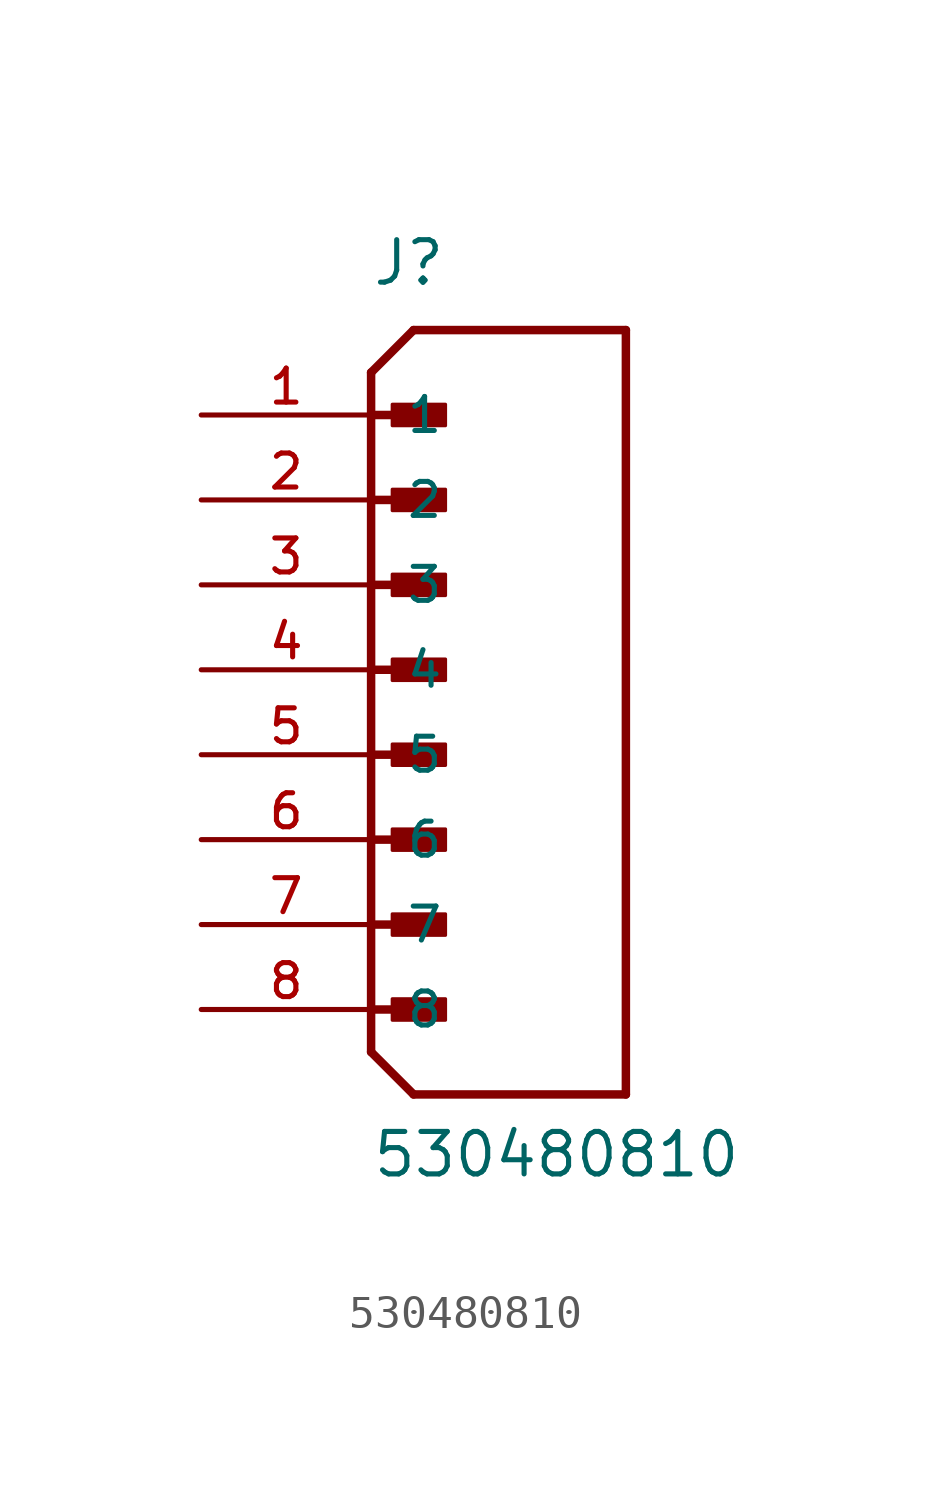
<source format=kicad_sym>
(kicad_symbol_lib
  (version 20211014)
  (generator kicad_symbol_editor)
  (symbol "530480810"
    (pin_names
      (offset 1.016))
    (property "Reference" "J"
      (at 0.0 11.43 0)
      (effects (font (size 1.27 1.27)) (justify bottom left)))
    (property "Value" "530480810"
      (at 0.0 -15.24 0)
      (effects (font (size 1.27 1.27)) (justify bottom left)))
    (symbol "530480810_0_0"
      (polyline (pts (xy 0.0 8.89) (xy 1.27 10.16)) (stroke (width 0.254)))
      (polyline (pts (xy 0.0 -11.43) (xy 1.27 -12.7)) (stroke (width 0.254)))
      (polyline (pts (xy 1.27 -12.7) (xy 7.62 -12.7)) (stroke (width 0.254)))
      (polyline (pts (xy 7.62 -12.7) (xy 7.62 10.16)) (stroke (width 0.254)))
      (polyline (pts (xy 7.62 10.16) (xy 1.27 10.16)) (stroke (width 0.254)))
      (polyline (pts (xy 0.0 7.62) (xy 1.905 7.62)) (stroke (width 0.254)))
      (rectangle (start 0.635 7.303) (end 2.223 7.938) (stroke (width 0.1)) (fill (type outline)))
      (polyline (pts (xy 0.0 5.08) (xy 1.905 5.08)) (stroke (width 0.254)))
      (rectangle (start 0.635 4.763) (end 2.223 5.397) (stroke (width 0.1)) (fill (type outline)))
      (polyline (pts (xy 0.0 8.89) (xy 0.0 -11.43)) (stroke (width 0.254)))
      (polyline (pts (xy 0.0 2.54) (xy 1.905 2.54)) (stroke (width 0.254)))
      (rectangle (start 0.635 2.223) (end 2.223 2.857) (stroke (width 0.1)) (fill (type outline)))
      (polyline (pts (xy 0.0 0.0) (xy 1.905 0.0)) (stroke (width 0.254)))
      (rectangle (start 0.635 -0.318) (end 2.223 0.318) (stroke (width 0.1)) (fill (type outline)))
      (polyline (pts (xy 0.0 -2.54) (xy 1.905 -2.54)) (stroke (width 0.254)))
      (rectangle (start 0.635 -2.857) (end 2.223 -2.223) (stroke (width 0.1)) (fill (type outline)))
      (polyline (pts (xy 0.0 -5.08) (xy 1.905 -5.08)) (stroke (width 0.254)))
      (rectangle (start 0.635 -5.397) (end 2.223 -4.763) (stroke (width 0.1)) (fill (type outline)))
      (polyline (pts (xy 0.0 -7.62) (xy 1.905 -7.62)) (stroke (width 0.254)))
      (rectangle (start 0.635 -7.938) (end 2.223 -7.303) (stroke (width 0.1)) (fill (type outline)))
      (polyline (pts (xy 0.0 -10.16) (xy 1.905 -10.16)) (stroke (width 0.254)))
      (rectangle (start 0.635 -10.477) (end 2.223 -9.842) (stroke (width 0.1)) (fill (type outline)))
      (pin passive line (at -5.08 7.62 0) (length 5.08) (name "1" (effects (font (size 1.016 1.016)))) (number "1" (effects (font (size 1.016 1.016)))))
      (pin passive line (at -5.08 5.08 0) (length 5.08) (name "2" (effects (font (size 1.016 1.016)))) (number "2" (effects (font (size 1.016 1.016)))))
      (pin passive line (at -5.08 2.54 0) (length 5.08) (name "3" (effects (font (size 1.016 1.016)))) (number "3" (effects (font (size 1.016 1.016)))))
      (pin passive line (at -5.08 0.0 0) (length 5.08) (name "4" (effects (font (size 1.016 1.016)))) (number "4" (effects (font (size 1.016 1.016)))))
      (pin passive line (at -5.08 -2.54 0) (length 5.08) (name "5" (effects (font (size 1.016 1.016)))) (number "5" (effects (font (size 1.016 1.016)))))
      (pin passive line (at -5.08 -5.08 0) (length 5.08) (name "6" (effects (font (size 1.016 1.016)))) (number "6" (effects (font (size 1.016 1.016)))))
      (pin passive line (at -5.08 -7.62 0) (length 5.08) (name "7" (effects (font (size 1.016 1.016)))) (number "7" (effects (font (size 1.016 1.016)))))
      (pin passive line (at -5.08 -10.16 0) (length 5.08) (name "8" (effects (font (size 1.016 1.016)))) (number "8" (effects (font (size 1.016 1.016))))))))
</source>
